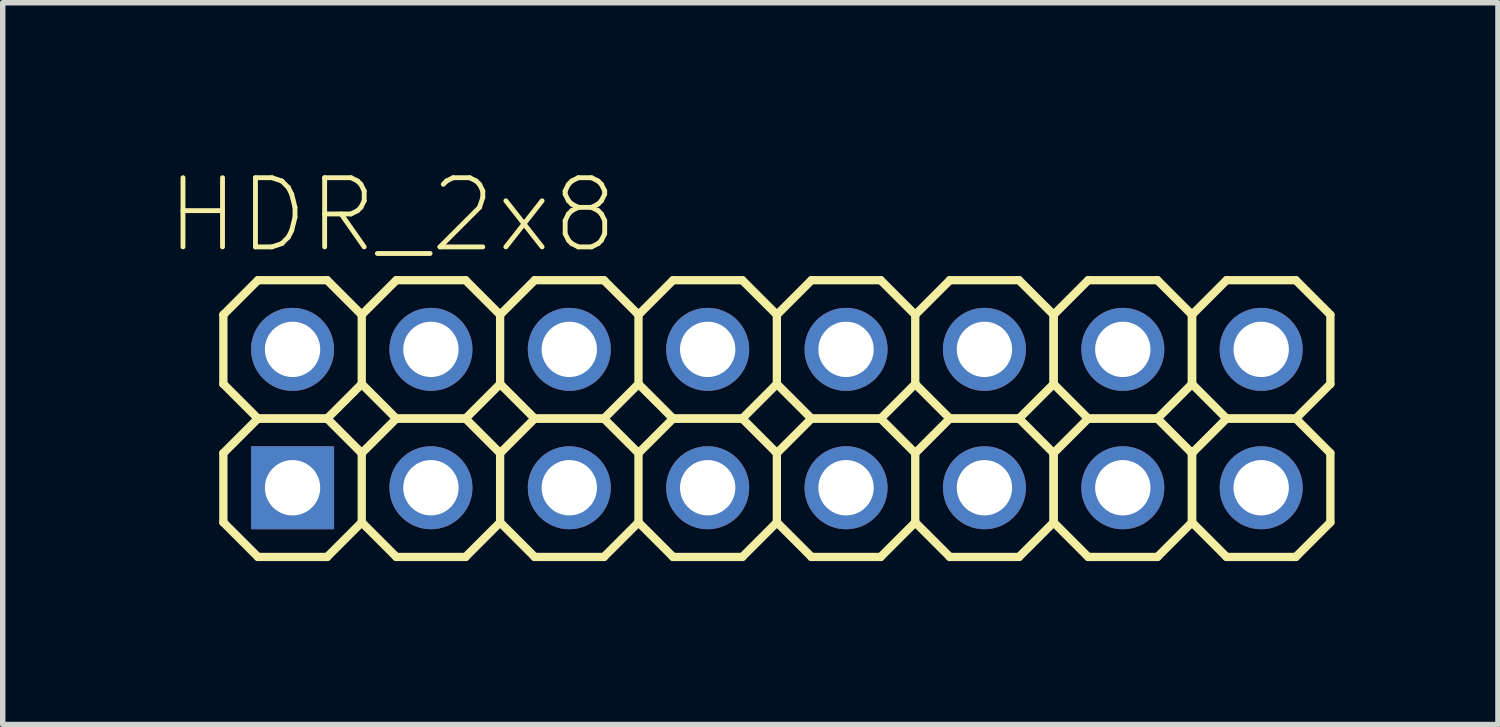
<source format=kicad_pcb>
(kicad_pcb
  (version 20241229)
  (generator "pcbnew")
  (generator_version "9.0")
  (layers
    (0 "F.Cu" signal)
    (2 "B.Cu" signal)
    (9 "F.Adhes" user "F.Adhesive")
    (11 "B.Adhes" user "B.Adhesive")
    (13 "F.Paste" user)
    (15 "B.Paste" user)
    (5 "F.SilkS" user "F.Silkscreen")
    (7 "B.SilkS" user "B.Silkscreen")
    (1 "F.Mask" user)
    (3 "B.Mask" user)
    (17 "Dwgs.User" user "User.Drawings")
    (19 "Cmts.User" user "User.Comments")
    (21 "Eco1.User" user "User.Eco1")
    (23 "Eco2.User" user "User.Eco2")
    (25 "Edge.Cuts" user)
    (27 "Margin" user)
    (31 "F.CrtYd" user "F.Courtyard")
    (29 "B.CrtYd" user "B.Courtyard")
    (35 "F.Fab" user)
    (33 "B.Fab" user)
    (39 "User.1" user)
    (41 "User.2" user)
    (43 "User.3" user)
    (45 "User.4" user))
  (footprint "HDR_2x8"
    (layer "F.Cu")
    (at 11.21 4.633)
    (property "Reference" "HDR_2x8" (at -7.061 -3.734 0) (layer "F.SilkS") (effects (font (size 1.27 1.27) (thickness 0.089))))
    (attr exclude_from_pos_files exclude_from_bom)
    (fp_line (start -10.16 -1.905) (end -10.16 -0.635) (stroke (width 0.152) (type solid)) (layer "F.SilkS"))
    (fp_line (start -10.16 -0.635) (end -9.525 0) (stroke (width 0.152) (type solid)) (layer "F.SilkS"))
    (fp_line (start -10.16 0.635) (end -10.16 1.905) (stroke (width 0.152) (type solid)) (layer "F.SilkS"))
    (fp_line (start -10.16 1.905) (end -9.525 2.54) (stroke (width 0.152) (type solid)) (layer "F.SilkS"))
    (fp_line (start -9.525 -2.54) (end -10.16 -1.905) (stroke (width 0.152) (type solid)) (layer "F.SilkS"))
    (fp_line (start -9.525 -2.54) (end -8.255 -2.54) (stroke (width 0.152) (type solid)) (layer "F.SilkS"))
    (fp_line (start -9.525 0) (end -10.16 0.635) (stroke (width 0.152) (type solid)) (layer "F.SilkS"))
    (fp_line (start -9.525 0) (end -8.255 0) (stroke (width 0.152) (type solid)) (layer "F.SilkS"))
    (fp_line (start -8.255 -2.54) (end -7.62 -1.905) (stroke (width 0.152) (type solid)) (layer "F.SilkS"))
    (fp_line (start -8.255 0) (end -9.525 0) (stroke (width 0.152) (type solid)) (layer "F.SilkS"))
    (fp_line (start -8.255 0) (end -7.62 0.635) (stroke (width 0.152) (type solid)) (layer "F.SilkS"))
    (fp_line (start -8.255 2.54) (end -9.525 2.54) (stroke (width 0.152) (type solid)) (layer "F.SilkS"))
    (fp_line (start -7.62 -1.905) (end -7.62 -0.635) (stroke (width 0.152) (type solid)) (layer "F.SilkS"))
    (fp_line (start -7.62 -1.905) (end -6.985 -2.54) (stroke (width 0.152) (type solid)) (layer "F.SilkS"))
    (fp_line (start -7.62 -0.635) (end -8.255 0) (stroke (width 0.152) (type solid)) (layer "F.SilkS"))
    (fp_line (start -7.62 0.635) (end -7.62 1.905) (stroke (width 0.152) (type solid)) (layer "F.SilkS"))
    (fp_line (start -7.62 0.635) (end -6.985 0) (stroke (width 0.152) (type solid)) (layer "F.SilkS"))
    (fp_line (start -7.62 1.905) (end -8.255 2.54) (stroke (width 0.152) (type solid)) (layer "F.SilkS"))
    (fp_line (start -6.985 -2.54) (end -5.715 -2.54) (stroke (width 0.152) (type solid)) (layer "F.SilkS"))
    (fp_line (start -6.985 0) (end -7.62 -0.635) (stroke (width 0.152) (type solid)) (layer "F.SilkS"))
    (fp_line (start -6.985 0) (end -5.715 0) (stroke (width 0.152) (type solid)) (layer "F.SilkS"))
    (fp_line (start -6.985 2.54) (end -7.62 1.905) (stroke (width 0.152) (type solid)) (layer "F.SilkS"))
    (fp_line (start -5.715 -2.54) (end -5.08 -1.905) (stroke (width 0.152) (type solid)) (layer "F.SilkS"))
    (fp_line (start -5.715 0) (end -6.985 0) (stroke (width 0.152) (type solid)) (layer "F.SilkS"))
    (fp_line (start -5.715 0) (end -5.08 0.635) (stroke (width 0.152) (type solid)) (layer "F.SilkS"))
    (fp_line (start -5.715 2.54) (end -6.985 2.54) (stroke (width 0.152) (type solid)) (layer "F.SilkS"))
    (fp_line (start -5.08 -1.905) (end -5.08 -0.635) (stroke (width 0.152) (type solid)) (layer "F.SilkS"))
    (fp_line (start -5.08 -1.905) (end -4.445 -2.54) (stroke (width 0.152) (type solid)) (layer "F.SilkS"))
    (fp_line (start -5.08 -0.635) (end -5.715 0) (stroke (width 0.152) (type solid)) (layer "F.SilkS"))
    (fp_line (start -5.08 0.635) (end -5.08 1.905) (stroke (width 0.152) (type solid)) (layer "F.SilkS"))
    (fp_line (start -5.08 0.635) (end -4.445 0) (stroke (width 0.152) (type solid)) (layer "F.SilkS"))
    (fp_line (start -5.08 1.905) (end -5.715 2.54) (stroke (width 0.152) (type solid)) (layer "F.SilkS"))
    (fp_line (start -4.445 -2.54) (end -3.175 -2.54) (stroke (width 0.152) (type solid)) (layer "F.SilkS"))
    (fp_line (start -4.445 0) (end -5.08 -0.635) (stroke (width 0.152) (type solid)) (layer "F.SilkS"))
    (fp_line (start -4.445 0) (end -3.175 0) (stroke (width 0.152) (type solid)) (layer "F.SilkS"))
    (fp_line (start -4.445 2.54) (end -5.08 1.905) (stroke (width 0.152) (type solid)) (layer "F.SilkS"))
    (fp_line (start -3.175 -2.54) (end -2.54 -1.905) (stroke (width 0.152) (type solid)) (layer "F.SilkS"))
    (fp_line (start -3.175 0) (end -4.445 0) (stroke (width 0.152) (type solid)) (layer "F.SilkS"))
    (fp_line (start -3.175 0) (end -2.54 0.635) (stroke (width 0.152) (type solid)) (layer "F.SilkS"))
    (fp_line (start -3.175 2.54) (end -4.445 2.54) (stroke (width 0.152) (type solid)) (layer "F.SilkS"))
    (fp_line (start -2.54 -1.905) (end -2.54 -0.635) (stroke (width 0.152) (type solid)) (layer "F.SilkS"))
    (fp_line (start -2.54 -0.635) (end -3.175 0) (stroke (width 0.152) (type solid)) (layer "F.SilkS"))
    (fp_line (start -2.54 -0.635) (end -1.905 0) (stroke (width 0.152) (type solid)) (layer "F.SilkS"))
    (fp_line (start -2.54 0.635) (end -2.54 1.905) (stroke (width 0.152) (type solid)) (layer "F.SilkS"))
    (fp_line (start -2.54 1.905) (end -3.175 2.54) (stroke (width 0.152) (type solid)) (layer "F.SilkS"))
    (fp_line (start -2.54 1.905) (end -1.905 2.54) (stroke (width 0.152) (type solid)) (layer "F.SilkS"))
    (fp_line (start -1.905 -2.54) (end -2.54 -1.905) (stroke (width 0.152) (type solid)) (layer "F.SilkS"))
    (fp_line (start -1.905 -2.54) (end -0.635 -2.54) (stroke (width 0.152) (type solid)) (layer "F.SilkS"))
    (fp_line (start -1.905 0) (end -2.54 0.635) (stroke (width 0.152) (type solid)) (layer "F.SilkS"))
    (fp_line (start -1.905 0) (end -0.635 0) (stroke (width 0.152) (type solid)) (layer "F.SilkS"))
    (fp_line (start -0.635 -2.54) (end 0 -1.905) (stroke (width 0.152) (type solid)) (layer "F.SilkS"))
    (fp_line (start -0.635 0) (end -1.905 0) (stroke (width 0.152) (type solid)) (layer "F.SilkS"))
    (fp_line (start -0.635 0) (end 0 0.635) (stroke (width 0.152) (type solid)) (layer "F.SilkS"))
    (fp_line (start -0.635 2.54) (end -1.905 2.54) (stroke (width 0.152) (type solid)) (layer "F.SilkS"))
    (fp_line (start 0 -1.905) (end 0 -0.635) (stroke (width 0.152) (type solid)) (layer "F.SilkS"))
    (fp_line (start 0 -1.905) (end 0.635 -2.54) (stroke (width 0.152) (type solid)) (layer "F.SilkS"))
    (fp_line (start 0 -0.635) (end -0.635 0) (stroke (width 0.152) (type solid)) (layer "F.SilkS"))
    (fp_line (start 0 0.635) (end 0 1.905) (stroke (width 0.152) (type solid)) (layer "F.SilkS"))
    (fp_line (start 0 0.635) (end 0.635 0) (stroke (width 0.152) (type solid)) (layer "F.SilkS"))
    (fp_line (start 0 1.905) (end -0.635 2.54) (stroke (width 0.152) (type solid)) (layer "F.SilkS"))
    (fp_line (start 0.635 -2.54) (end 1.905 -2.54) (stroke (width 0.152) (type solid)) (layer "F.SilkS"))
    (fp_line (start 0.635 0) (end 0 -0.635) (stroke (width 0.152) (type solid)) (layer "F.SilkS"))
    (fp_line (start 0.635 0) (end 1.905 0) (stroke (width 0.152) (type solid)) (layer "F.SilkS"))
    (fp_line (start 0.635 2.54) (end 0 1.905) (stroke (width 0.152) (type solid)) (layer "F.SilkS"))
    (fp_line (start 1.905 -2.54) (end 2.54 -1.905) (stroke (width 0.152) (type solid)) (layer "F.SilkS"))
    (fp_line (start 1.905 0) (end 0.635 0) (stroke (width 0.152) (type solid)) (layer "F.SilkS"))
    (fp_line (start 1.905 0) (end 2.54 0.635) (stroke (width 0.152) (type solid)) (layer "F.SilkS"))
    (fp_line (start 1.905 2.54) (end 0.635 2.54) (stroke (width 0.152) (type solid)) (layer "F.SilkS"))
    (fp_line (start 2.54 -1.905) (end 2.54 -0.635) (stroke (width 0.152) (type solid)) (layer "F.SilkS"))
    (fp_line (start 2.54 -1.905) (end 3.175 -2.54) (stroke (width 0.152) (type solid)) (layer "F.SilkS"))
    (fp_line (start 2.54 -0.635) (end 1.905 0) (stroke (width 0.152) (type solid)) (layer "F.SilkS"))
    (fp_line (start 2.54 0.635) (end 2.54 1.905) (stroke (width 0.152) (type solid)) (layer "F.SilkS"))
    (fp_line (start 2.54 0.635) (end 3.175 0) (stroke (width 0.152) (type solid)) (layer "F.SilkS"))
    (fp_line (start 2.54 1.905) (end 1.905 2.54) (stroke (width 0.152) (type solid)) (layer "F.SilkS"))
    (fp_line (start 3.175 -2.54) (end 4.445 -2.54) (stroke (width 0.152) (type solid)) (layer "F.SilkS"))
    (fp_line (start 3.175 0) (end 2.54 -0.635) (stroke (width 0.152) (type solid)) (layer "F.SilkS"))
    (fp_line (start 3.175 0) (end 4.445 0) (stroke (width 0.152) (type solid)) (layer "F.SilkS"))
    (fp_line (start 3.175 2.54) (end 2.54 1.905) (stroke (width 0.152) (type solid)) (layer "F.SilkS"))
    (fp_line (start 4.445 -2.54) (end 5.08 -1.905) (stroke (width 0.152) (type solid)) (layer "F.SilkS"))
    (fp_line (start 4.445 0) (end 3.175 0) (stroke (width 0.152) (type solid)) (layer "F.SilkS"))
    (fp_line (start 4.445 0) (end 5.08 0.635) (stroke (width 0.152) (type solid)) (layer "F.SilkS"))
    (fp_line (start 4.445 2.54) (end 3.175 2.54) (stroke (width 0.152) (type solid)) (layer "F.SilkS"))
    (fp_line (start 5.08 -1.905) (end 5.08 -0.635) (stroke (width 0.152) (type solid)) (layer "F.SilkS"))
    (fp_line (start 5.08 -1.905) (end 5.08 -0.635) (stroke (width 0.152) (type solid)) (layer "F.SilkS"))
    (fp_line (start 5.08 -1.905) (end 5.715 -2.54) (stroke (width 0.152) (type solid)) (layer "F.SilkS"))
    (fp_line (start 5.08 -0.635) (end 4.445 0) (stroke (width 0.152) (type solid)) (layer "F.SilkS"))
    (fp_line (start 5.08 0.635) (end 5.08 1.905) (stroke (width 0.152) (type solid)) (layer "F.SilkS"))
    (fp_line (start 5.08 0.635) (end 5.08 1.905) (stroke (width 0.152) (type solid)) (layer "F.SilkS"))
    (fp_line (start 5.08 0.635) (end 5.715 0) (stroke (width 0.152) (type solid)) (layer "F.SilkS"))
    (fp_line (start 5.08 1.905) (end 4.445 2.54) (stroke (width 0.152) (type solid)) (layer "F.SilkS"))
    (fp_line (start 5.715 -2.54) (end 6.985 -2.54) (stroke (width 0.152) (type solid)) (layer "F.SilkS"))
    (fp_line (start 5.715 0) (end 5.08 -0.635) (stroke (width 0.152) (type solid)) (layer "F.SilkS"))
    (fp_line (start 5.715 0) (end 6.985 0) (stroke (width 0.152) (type solid)) (layer "F.SilkS"))
    (fp_line (start 5.715 2.54) (end 5.08 1.905) (stroke (width 0.152) (type solid)) (layer "F.SilkS"))
    (fp_line (start 6.985 -2.54) (end 7.62 -1.905) (stroke (width 0.152) (type solid)) (layer "F.SilkS"))
    (fp_line (start 6.985 0) (end 5.715 0) (stroke (width 0.152) (type solid)) (layer "F.SilkS"))
    (fp_line (start 6.985 0) (end 7.62 0.635) (stroke (width 0.152) (type solid)) (layer "F.SilkS"))
    (fp_line (start 6.985 2.54) (end 5.715 2.54) (stroke (width 0.152) (type solid)) (layer "F.SilkS"))
    (fp_line (start 7.62 -1.905) (end 7.62 -0.635) (stroke (width 0.152) (type solid)) (layer "F.SilkS"))
    (fp_line (start 7.62 -1.905) (end 7.62 -0.635) (stroke (width 0.152) (type solid)) (layer "F.SilkS"))
    (fp_line (start 7.62 -1.905) (end 7.62 -0.635) (stroke (width 0.152) (type solid)) (layer "F.SilkS"))
    (fp_line (start 7.62 -1.905) (end 8.255 -2.54) (stroke (width 0.152) (type solid)) (layer "F.SilkS"))
    (fp_line (start 7.62 -0.635) (end 6.985 0) (stroke (width 0.152) (type solid)) (layer "F.SilkS"))
    (fp_line (start 7.62 0.635) (end 7.62 1.905) (stroke (width 0.152) (type solid)) (layer "F.SilkS"))
    (fp_line (start 7.62 0.635) (end 7.62 1.905) (stroke (width 0.152) (type solid)) (layer "F.SilkS"))
    (fp_line (start 7.62 0.635) (end 7.62 1.905) (stroke (width 0.152) (type solid)) (layer "F.SilkS"))
    (fp_line (start 7.62 0.635) (end 8.255 0) (stroke (width 0.152) (type solid)) (layer "F.SilkS"))
    (fp_line (start 7.62 1.905) (end 6.985 2.54) (stroke (width 0.152) (type solid)) (layer "F.SilkS"))
    (fp_line (start 8.255 -2.54) (end 9.525 -2.54) (stroke (width 0.152) (type solid)) (layer "F.SilkS"))
    (fp_line (start 8.255 0) (end 7.62 -0.635) (stroke (width 0.152) (type solid)) (layer "F.SilkS"))
    (fp_line (start 8.255 0) (end 9.525 0) (stroke (width 0.152) (type solid)) (layer "F.SilkS"))
    (fp_line (start 8.255 2.54) (end 7.62 1.905) (stroke (width 0.152) (type solid)) (layer "F.SilkS"))
    (fp_line (start 9.525 -2.54) (end 10.16 -1.905) (stroke (width 0.152) (type solid)) (layer "F.SilkS"))
    (fp_line (start 9.525 0) (end 8.255 0) (stroke (width 0.152) (type solid)) (layer "F.SilkS"))
    (fp_line (start 9.525 0) (end 10.16 0.635) (stroke (width 0.152) (type solid)) (layer "F.SilkS"))
    (fp_line (start 9.525 2.54) (end 8.255 2.54) (stroke (width 0.152) (type solid)) (layer "F.SilkS"))
    (fp_line (start 10.16 -1.905) (end 10.16 -0.635) (stroke (width 0.152) (type solid)) (layer "F.SilkS"))
    (fp_line (start 10.16 -0.635) (end 9.525 0) (stroke (width 0.152) (type solid)) (layer "F.SilkS"))
    (fp_line (start 10.16 0.635) (end 10.16 1.905) (stroke (width 0.152) (type solid)) (layer "F.SilkS"))
    (fp_line (start 10.16 1.905) (end 9.525 2.54) (stroke (width 0.152) (type solid)) (layer "F.SilkS"))
    (fp_line (start -9.144 -1.524) (end -8.636 -1.524) (stroke (width 0.066) (type solid)) (layer "F.Fab"))
    (fp_line (start -9.144 -1.016) (end -9.144 -1.524) (stroke (width 0.066) (type solid)) (layer "F.Fab"))
    (fp_line (start -9.144 -1.016) (end -8.636 -1.016) (stroke (width 0.066) (type solid)) (layer "F.Fab"))
    (fp_line (start -9.144 1.016) (end -8.636 1.016) (stroke (width 0.066) (type solid)) (layer "F.Fab"))
    (fp_line (start -9.144 1.524) (end -9.144 1.016) (stroke (width 0.066) (type solid)) (layer "F.Fab"))
    (fp_line (start -9.144 1.524) (end -8.636 1.524) (stroke (width 0.066) (type solid)) (layer "F.Fab"))
    (fp_line (start -8.636 -1.016) (end -8.636 -1.524) (stroke (width 0.066) (type solid)) (layer "F.Fab"))
    (fp_line (start -8.636 1.524) (end -8.636 1.016) (stroke (width 0.066) (type solid)) (layer "F.Fab"))
    (fp_line (start -6.604 -1.524) (end -6.096 -1.524) (stroke (width 0.066) (type solid)) (layer "F.Fab"))
    (fp_line (start -6.604 -1.016) (end -6.604 -1.524) (stroke (width 0.066) (type solid)) (layer "F.Fab"))
    (fp_line (start -6.604 -1.016) (end -6.096 -1.016) (stroke (width 0.066) (type solid)) (layer "F.Fab"))
    (fp_line (start -6.604 1.016) (end -6.096 1.016) (stroke (width 0.066) (type solid)) (layer "F.Fab"))
    (fp_line (start -6.604 1.524) (end -6.604 1.016) (stroke (width 0.066) (type solid)) (layer "F.Fab"))
    (fp_line (start -6.604 1.524) (end -6.096 1.524) (stroke (width 0.066) (type solid)) (layer "F.Fab"))
    (fp_line (start -6.096 -1.016) (end -6.096 -1.524) (stroke (width 0.066) (type solid)) (layer "F.Fab"))
    (fp_line (start -6.096 1.524) (end -6.096 1.016) (stroke (width 0.066) (type solid)) (layer "F.Fab"))
    (fp_line (start -4.064 -1.524) (end -3.556 -1.524) (stroke (width 0.066) (type solid)) (layer "F.Fab"))
    (fp_line (start -4.064 -1.016) (end -4.064 -1.524) (stroke (width 0.066) (type solid)) (layer "F.Fab"))
    (fp_line (start -4.064 -1.016) (end -3.556 -1.016) (stroke (width 0.066) (type solid)) (layer "F.Fab"))
    (fp_line (start -4.064 1.016) (end -3.556 1.016) (stroke (width 0.066) (type solid)) (layer "F.Fab"))
    (fp_line (start -4.064 1.524) (end -4.064 1.016) (stroke (width 0.066) (type solid)) (layer "F.Fab"))
    (fp_line (start -4.064 1.524) (end -3.556 1.524) (stroke (width 0.066) (type solid)) (layer "F.Fab"))
    (fp_line (start -3.556 -1.016) (end -3.556 -1.524) (stroke (width 0.066) (type solid)) (layer "F.Fab"))
    (fp_line (start -3.556 1.524) (end -3.556 1.016) (stroke (width 0.066) (type solid)) (layer "F.Fab"))
    (fp_line (start -1.524 -1.524) (end -1.016 -1.524) (stroke (width 0.066) (type solid)) (layer "F.Fab"))
    (fp_line (start -1.524 -1.016) (end -1.524 -1.524) (stroke (width 0.066) (type solid)) (layer "F.Fab"))
    (fp_line (start -1.524 -1.016) (end -1.016 -1.016) (stroke (width 0.066) (type solid)) (layer "F.Fab"))
    (fp_line (start -1.524 1.016) (end -1.016 1.016) (stroke (width 0.066) (type solid)) (layer "F.Fab"))
    (fp_line (start -1.524 1.524) (end -1.524 1.016) (stroke (width 0.066) (type solid)) (layer "F.Fab"))
    (fp_line (start -1.524 1.524) (end -1.016 1.524) (stroke (width 0.066) (type solid)) (layer "F.Fab"))
    (fp_line (start -1.016 -1.016) (end -1.016 -1.524) (stroke (width 0.066) (type solid)) (layer "F.Fab"))
    (fp_line (start -1.016 1.524) (end -1.016 1.016) (stroke (width 0.066) (type solid)) (layer "F.Fab"))
    (fp_line (start 1.016 -1.524) (end 1.524 -1.524) (stroke (width 0.066) (type solid)) (layer "F.Fab"))
    (fp_line (start 1.016 -1.016) (end 1.016 -1.524) (stroke (width 0.066) (type solid)) (layer "F.Fab"))
    (fp_line (start 1.016 -1.016) (end 1.524 -1.016) (stroke (width 0.066) (type solid)) (layer "F.Fab"))
    (fp_line (start 1.016 1.016) (end 1.524 1.016) (stroke (width 0.066) (type solid)) (layer "F.Fab"))
    (fp_line (start 1.016 1.524) (end 1.016 1.016) (stroke (width 0.066) (type solid)) (layer "F.Fab"))
    (fp_line (start 1.016 1.524) (end 1.524 1.524) (stroke (width 0.066) (type solid)) (layer "F.Fab"))
    (fp_line (start 1.524 -1.016) (end 1.524 -1.524) (stroke (width 0.066) (type solid)) (layer "F.Fab"))
    (fp_line (start 1.524 1.524) (end 1.524 1.016) (stroke (width 0.066) (type solid)) (layer "F.Fab"))
    (fp_line (start 3.556 -1.524) (end 4.064 -1.524) (stroke (width 0.066) (type solid)) (layer "F.Fab"))
    (fp_line (start 3.556 -1.016) (end 3.556 -1.524) (stroke (width 0.066) (type solid)) (layer "F.Fab"))
    (fp_line (start 3.556 -1.016) (end 4.064 -1.016) (stroke (width 0.066) (type solid)) (layer "F.Fab"))
    (fp_line (start 3.556 1.016) (end 4.064 1.016) (stroke (width 0.066) (type solid)) (layer "F.Fab"))
    (fp_line (start 3.556 1.524) (end 3.556 1.016) (stroke (width 0.066) (type solid)) (layer "F.Fab"))
    (fp_line (start 3.556 1.524) (end 4.064 1.524) (stroke (width 0.066) (type solid)) (layer "F.Fab"))
    (fp_line (start 4.064 -1.016) (end 4.064 -1.524) (stroke (width 0.066) (type solid)) (layer "F.Fab"))
    (fp_line (start 4.064 1.524) (end 4.064 1.016) (stroke (width 0.066) (type solid)) (layer "F.Fab"))
    (fp_line (start 6.096 -1.524) (end 6.604 -1.524) (stroke (width 0.066) (type solid)) (layer "F.Fab"))
    (fp_line (start 6.096 -1.016) (end 6.096 -1.524) (stroke (width 0.066) (type solid)) (layer "F.Fab"))
    (fp_line (start 6.096 -1.016) (end 6.604 -1.016) (stroke (width 0.066) (type solid)) (layer "F.Fab"))
    (fp_line (start 6.096 1.016) (end 6.604 1.016) (stroke (width 0.066) (type solid)) (layer "F.Fab"))
    (fp_line (start 6.096 1.524) (end 6.096 1.016) (stroke (width 0.066) (type solid)) (layer "F.Fab"))
    (fp_line (start 6.096 1.524) (end 6.604 1.524) (stroke (width 0.066) (type solid)) (layer "F.Fab"))
    (fp_line (start 6.604 -1.016) (end 6.604 -1.524) (stroke (width 0.066) (type solid)) (layer "F.Fab"))
    (fp_line (start 6.604 1.524) (end 6.604 1.016) (stroke (width 0.066) (type solid)) (layer "F.Fab"))
    (fp_line (start 8.636 -1.524) (end 9.144 -1.524) (stroke (width 0.066) (type solid)) (layer "F.Fab"))
    (fp_line (start 8.636 -1.016) (end 8.636 -1.524) (stroke (width 0.066) (type solid)) (layer "F.Fab"))
    (fp_line (start 8.636 -1.016) (end 9.144 -1.016) (stroke (width 0.066) (type solid)) (layer "F.Fab"))
    (fp_line (start 8.636 1.016) (end 9.144 1.016) (stroke (width 0.066) (type solid)) (layer "F.Fab"))
    (fp_line (start 8.636 1.524) (end 8.636 1.016) (stroke (width 0.066) (type solid)) (layer "F.Fab"))
    (fp_line (start 8.636 1.524) (end 9.144 1.524) (stroke (width 0.066) (type solid)) (layer "F.Fab"))
    (fp_line (start 9.144 -1.016) (end 9.144 -1.524) (stroke (width 0.066) (type solid)) (layer "F.Fab"))
    (fp_line (start 9.144 1.524) (end 9.144 1.016) (stroke (width 0.066) (type solid)) (layer "F.Fab"))
    (pad "1" thru_hole rect (at -8.89 1.27) (size 1.524 1.524) (drill 1.016) (layers "*.Cu" "*.Mask"))
    (pad "2" thru_hole circle (at -8.89 -1.27) (size 1.524 1.524) (drill 1.016) (layers "*.Cu" "*.Mask"))
    (pad "3" thru_hole circle (at -6.35 1.27) (size 1.524 1.524) (drill 1.016) (layers "*.Cu" "*.Mask"))
    (pad "4" thru_hole circle (at -6.35 -1.27) (size 1.524 1.524) (drill 1.016) (layers "*.Cu" "*.Mask"))
    (pad "5" thru_hole circle (at -3.81 1.27) (size 1.524 1.524) (drill 1.016) (layers "*.Cu" "*.Mask"))
    (pad "6" thru_hole circle (at -3.81 -1.27) (size 1.524 1.524) (drill 1.016) (layers "*.Cu" "*.Mask"))
    (pad "7" thru_hole circle (at -1.27 1.27) (size 1.524 1.524) (drill 1.016) (layers "*.Cu" "*.Mask"))
    (pad "8" thru_hole circle (at -1.27 -1.27) (size 1.524 1.524) (drill 1.016) (layers "*.Cu" "*.Mask"))
    (pad "9" thru_hole circle (at 1.27 1.27) (size 1.524 1.524) (drill 1.016) (layers "*.Cu" "*.Mask"))
    (pad "10" thru_hole circle (at 1.27 -1.27) (size 1.524 1.524) (drill 1.016) (layers "*.Cu" "*.Mask"))
    (pad "11" thru_hole circle (at 3.81 1.27) (size 1.524 1.524) (drill 1.016) (layers "*.Cu" "*.Mask"))
    (pad "12" thru_hole circle (at 3.81 -1.27) (size 1.524 1.524) (drill 1.016) (layers "*.Cu" "*.Mask"))
    (pad "13" thru_hole circle (at 6.35 1.27) (size 1.524 1.524) (drill 1.016) (layers "*.Cu" "*.Mask"))
    (pad "14" thru_hole circle (at 6.35 -1.27) (size 1.524 1.524) (drill 1.016) (layers "*.Cu" "*.Mask"))
    (pad "15" thru_hole circle (at 8.89 1.27) (size 1.524 1.524) (drill 1.016) (layers "*.Cu" "*.Mask"))
    (pad "16" thru_hole circle (at 8.89 -1.27) (size 1.524 1.524) (drill 1.016) (layers "*.Cu" "*.Mask")))
  (gr_rect
    (start -3 -3)
    (end 24.446 10.249)
    (stroke (width 0.1) (type default))
    (fill no)
    (layer "Edge.Cuts")))
</source>
